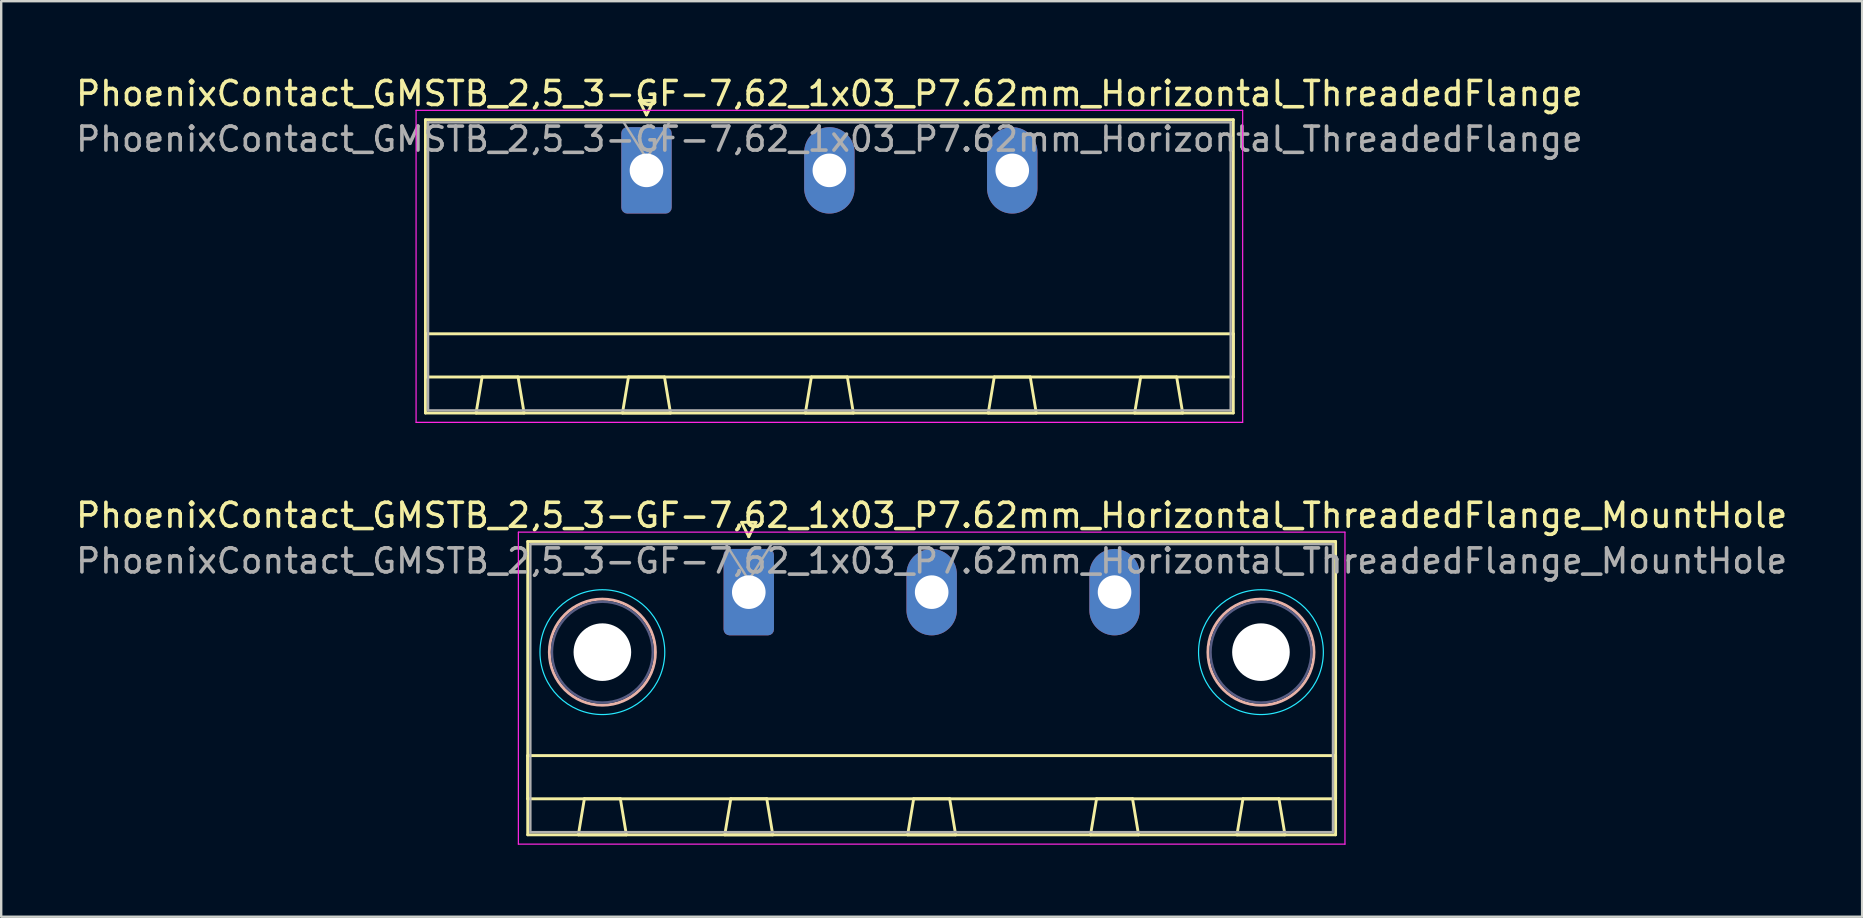
<source format=kicad_pcb>
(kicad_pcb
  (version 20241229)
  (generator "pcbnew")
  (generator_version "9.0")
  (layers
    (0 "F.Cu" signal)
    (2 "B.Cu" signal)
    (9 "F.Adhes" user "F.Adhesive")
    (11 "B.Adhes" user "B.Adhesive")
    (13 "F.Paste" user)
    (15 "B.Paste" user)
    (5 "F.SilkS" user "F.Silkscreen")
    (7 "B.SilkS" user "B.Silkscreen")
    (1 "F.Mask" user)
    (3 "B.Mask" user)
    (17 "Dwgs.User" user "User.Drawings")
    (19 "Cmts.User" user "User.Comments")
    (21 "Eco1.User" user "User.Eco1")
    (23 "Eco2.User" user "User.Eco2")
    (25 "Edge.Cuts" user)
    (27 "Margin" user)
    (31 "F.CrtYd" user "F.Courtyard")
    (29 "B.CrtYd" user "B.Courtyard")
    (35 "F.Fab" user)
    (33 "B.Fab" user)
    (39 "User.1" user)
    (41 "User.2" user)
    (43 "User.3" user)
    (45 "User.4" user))
  (footprint "PhoenixContact_GMSTB_2,5_3-GF-7,62_1x03_P7.62mm_Horizontal_ThreadedFlange"
    (layer "F.Cu")
    (at 23.886 4.048)
    (property "Reference" "PhoenixContact_GMSTB_2,5_3-GF-7,62_1x03_P7.62mm_Horizontal_ThreadedFlange" (at 7.62 -3.2 0) (layer "F.SilkS") (effects (font (size 1 1) (thickness 0.15))))
    (attr through_hole)
    (fp_line (start -9.21 -2.11) (end -9.21 10.11) (stroke (width 0.12) (type solid)) (layer "F.SilkS"))
    (fp_line (start -9.21 6.81) (end 24.45 6.81) (stroke (width 0.12) (type solid)) (layer "F.SilkS"))
    (fp_line (start -9.21 8.61) (end -9.21 6.81) (stroke (width 0.12) (type solid)) (layer "F.SilkS"))
    (fp_line (start -9.21 10.11) (end 24.45 10.11) (stroke (width 0.12) (type solid)) (layer "F.SilkS"))
    (fp_line (start -7.1 10.11) (end -5.1 10.11) (stroke (width 0.12) (type solid)) (layer "F.SilkS"))
    (fp_line (start -6.85 8.61) (end -7.1 10.11) (stroke (width 0.12) (type solid)) (layer "F.SilkS"))
    (fp_line (start -5.35 8.61) (end -6.85 8.61) (stroke (width 0.12) (type solid)) (layer "F.SilkS"))
    (fp_line (start -5.1 10.11) (end -5.35 8.61) (stroke (width 0.12) (type solid)) (layer "F.SilkS"))
    (fp_line (start -1 10.11) (end 1 10.11) (stroke (width 0.12) (type solid)) (layer "F.SilkS"))
    (fp_line (start -0.75 8.61) (end -1 10.11) (stroke (width 0.12) (type solid)) (layer "F.SilkS"))
    (fp_line (start -0.3 -2.91) (end 0.3 -2.91) (stroke (width 0.12) (type solid)) (layer "F.SilkS"))
    (fp_line (start 0 -2.31) (end -0.3 -2.91) (stroke (width 0.12) (type solid)) (layer "F.SilkS"))
    (fp_line (start 0.3 -2.91) (end 0 -2.31) (stroke (width 0.12) (type solid)) (layer "F.SilkS"))
    (fp_line (start 0.75 8.61) (end -0.75 8.61) (stroke (width 0.12) (type solid)) (layer "F.SilkS"))
    (fp_line (start 1 10.11) (end 0.75 8.61) (stroke (width 0.12) (type solid)) (layer "F.SilkS"))
    (fp_line (start 6.62 10.11) (end 8.62 10.11) (stroke (width 0.12) (type solid)) (layer "F.SilkS"))
    (fp_line (start 6.87 8.61) (end 6.62 10.11) (stroke (width 0.12) (type solid)) (layer "F.SilkS"))
    (fp_line (start 8.37 8.61) (end 6.87 8.61) (stroke (width 0.12) (type solid)) (layer "F.SilkS"))
    (fp_line (start 8.62 10.11) (end 8.37 8.61) (stroke (width 0.12) (type solid)) (layer "F.SilkS"))
    (fp_line (start 14.24 10.11) (end 16.24 10.11) (stroke (width 0.12) (type solid)) (layer "F.SilkS"))
    (fp_line (start 14.49 8.61) (end 14.24 10.11) (stroke (width 0.12) (type solid)) (layer "F.SilkS"))
    (fp_line (start 15.99 8.61) (end 14.49 8.61) (stroke (width 0.12) (type solid)) (layer "F.SilkS"))
    (fp_line (start 16.24 10.11) (end 15.99 8.61) (stroke (width 0.12) (type solid)) (layer "F.SilkS"))
    (fp_line (start 20.34 10.11) (end 22.34 10.11) (stroke (width 0.12) (type solid)) (layer "F.SilkS"))
    (fp_line (start 20.59 8.61) (end 20.34 10.11) (stroke (width 0.12) (type solid)) (layer "F.SilkS"))
    (fp_line (start 22.09 8.61) (end 20.59 8.61) (stroke (width 0.12) (type solid)) (layer "F.SilkS"))
    (fp_line (start 22.34 10.11) (end 22.09 8.61) (stroke (width 0.12) (type solid)) (layer "F.SilkS"))
    (fp_line (start 24.45 -2.11) (end -9.21 -2.11) (stroke (width 0.12) (type solid)) (layer "F.SilkS"))
    (fp_line (start 24.45 6.81) (end 24.45 8.61) (stroke (width 0.12) (type solid)) (layer "F.SilkS"))
    (fp_line (start 24.45 8.61) (end -9.21 8.61) (stroke (width 0.12) (type solid)) (layer "F.SilkS"))
    (fp_line (start 24.45 10.11) (end 24.45 -2.11) (stroke (width 0.12) (type solid)) (layer "F.SilkS"))
    (fp_line (start -9.6 -2.5) (end -9.6 10.5) (stroke (width 0.05) (type solid)) (layer "F.CrtYd"))
    (fp_line (start -9.6 10.5) (end 24.84 10.5) (stroke (width 0.05) (type solid)) (layer "F.CrtYd"))
    (fp_line (start 24.84 -2.5) (end -9.6 -2.5) (stroke (width 0.05) (type solid)) (layer "F.CrtYd"))
    (fp_line (start 24.84 10.5) (end 24.84 -2.5) (stroke (width 0.05) (type solid)) (layer "F.CrtYd"))
    (fp_line (start -9.1 -2) (end -9.1 10) (stroke (width 0.1) (type solid)) (layer "F.Fab"))
    (fp_line (start -9.1 10) (end 24.34 10) (stroke (width 0.1) (type solid)) (layer "F.Fab"))
    (fp_line (start 0 -0.5) (end -0.95 -2) (stroke (width 0.1) (type solid)) (layer "F.Fab"))
    (fp_line (start 0.95 -2) (end 0 -0.5) (stroke (width 0.1) (type solid)) (layer "F.Fab"))
    (fp_line (start 24.34 -2) (end -9.1 -2) (stroke (width 0.1) (type solid)) (layer "F.Fab"))
    (fp_line (start 24.34 10) (end 24.34 -2) (stroke (width 0.1) (type solid)) (layer "F.Fab"))
    (fp_text user "${REFERENCE}" (at 7.62 -1.3 0) (layer "F.Fab") (effects (font (size 1 1) (thickness 0.15))))
    (pad "1" thru_hole roundrect (at 0 0) (size 2.1 3.6) (drill 1.4) (layers "*.Cu" "*.Mask") (roundrect_rratio 0.119))
    (pad "2" thru_hole oval (at 7.62 0) (size 2.1 3.6) (drill 1.4) (layers "*.Cu" "*.Mask"))
    (pad "3" thru_hole oval (at 15.24 0) (size 2.1 3.6) (drill 1.4) (layers "*.Cu" "*.Mask")))
  (footprint "PhoenixContact_GMSTB_2,5_3-GF-7,62_1x03_P7.62mm_Horizontal_ThreadedFlange_MountHole"
    (layer "F.Cu")
    (at 28.148 21.622)
    (property "Reference" "PhoenixContact_GMSTB_2,5_3-GF-7,62_1x03_P7.62mm_Horizontal_ThreadedFlange_MountHole" (at 7.62 -3.2 0) (layer "F.SilkS") (effects (font (size 1 1) (thickness 0.15))))
    (attr through_hole)
    (fp_line (start -9.21 -2.11) (end -9.21 10.11) (stroke (width 0.12) (type solid)) (layer "F.SilkS"))
    (fp_line (start -9.21 6.81) (end 24.45 6.81) (stroke (width 0.12) (type solid)) (layer "F.SilkS"))
    (fp_line (start -9.21 8.61) (end -9.21 6.81) (stroke (width 0.12) (type solid)) (layer "F.SilkS"))
    (fp_line (start -9.21 10.11) (end 24.45 10.11) (stroke (width 0.12) (type solid)) (layer "F.SilkS"))
    (fp_line (start -7.1 10.11) (end -5.1 10.11) (stroke (width 0.12) (type solid)) (layer "F.SilkS"))
    (fp_line (start -6.85 8.61) (end -7.1 10.11) (stroke (width 0.12) (type solid)) (layer "F.SilkS"))
    (fp_line (start -5.35 8.61) (end -6.85 8.61) (stroke (width 0.12) (type solid)) (layer "F.SilkS"))
    (fp_line (start -5.1 10.11) (end -5.35 8.61) (stroke (width 0.12) (type solid)) (layer "F.SilkS"))
    (fp_line (start -1 10.11) (end 1 10.11) (stroke (width 0.12) (type solid)) (layer "F.SilkS"))
    (fp_line (start -0.75 8.61) (end -1 10.11) (stroke (width 0.12) (type solid)) (layer "F.SilkS"))
    (fp_line (start -0.3 -2.91) (end 0.3 -2.91) (stroke (width 0.12) (type solid)) (layer "F.SilkS"))
    (fp_line (start 0 -2.31) (end -0.3 -2.91) (stroke (width 0.12) (type solid)) (layer "F.SilkS"))
    (fp_line (start 0.3 -2.91) (end 0 -2.31) (stroke (width 0.12) (type solid)) (layer "F.SilkS"))
    (fp_line (start 0.75 8.61) (end -0.75 8.61) (stroke (width 0.12) (type solid)) (layer "F.SilkS"))
    (fp_line (start 1 10.11) (end 0.75 8.61) (stroke (width 0.12) (type solid)) (layer "F.SilkS"))
    (fp_line (start 6.62 10.11) (end 8.62 10.11) (stroke (width 0.12) (type solid)) (layer "F.SilkS"))
    (fp_line (start 6.87 8.61) (end 6.62 10.11) (stroke (width 0.12) (type solid)) (layer "F.SilkS"))
    (fp_line (start 8.37 8.61) (end 6.87 8.61) (stroke (width 0.12) (type solid)) (layer "F.SilkS"))
    (fp_line (start 8.62 10.11) (end 8.37 8.61) (stroke (width 0.12) (type solid)) (layer "F.SilkS"))
    (fp_line (start 14.24 10.11) (end 16.24 10.11) (stroke (width 0.12) (type solid)) (layer "F.SilkS"))
    (fp_line (start 14.49 8.61) (end 14.24 10.11) (stroke (width 0.12) (type solid)) (layer "F.SilkS"))
    (fp_line (start 15.99 8.61) (end 14.49 8.61) (stroke (width 0.12) (type solid)) (layer "F.SilkS"))
    (fp_line (start 16.24 10.11) (end 15.99 8.61) (stroke (width 0.12) (type solid)) (layer "F.SilkS"))
    (fp_line (start 20.34 10.11) (end 22.34 10.11) (stroke (width 0.12) (type solid)) (layer "F.SilkS"))
    (fp_line (start 20.59 8.61) (end 20.34 10.11) (stroke (width 0.12) (type solid)) (layer "F.SilkS"))
    (fp_line (start 22.09 8.61) (end 20.59 8.61) (stroke (width 0.12) (type solid)) (layer "F.SilkS"))
    (fp_line (start 22.34 10.11) (end 22.09 8.61) (stroke (width 0.12) (type solid)) (layer "F.SilkS"))
    (fp_line (start 24.45 -2.11) (end -9.21 -2.11) (stroke (width 0.12) (type solid)) (layer "F.SilkS"))
    (fp_line (start 24.45 6.81) (end 24.45 8.61) (stroke (width 0.12) (type solid)) (layer "F.SilkS"))
    (fp_line (start 24.45 8.61) (end -9.21 8.61) (stroke (width 0.12) (type solid)) (layer "F.SilkS"))
    (fp_line (start 24.45 10.11) (end 24.45 -2.11) (stroke (width 0.12) (type solid)) (layer "F.SilkS"))
    (fp_circle (center -6.1 2.5) (end -3.89 2.5) (stroke (width 0.12) (type solid)) (fill no) (layer "B.SilkS"))
    (fp_circle (center 21.34 2.5) (end 23.55 2.5) (stroke (width 0.12) (type solid)) (fill no) (layer "B.SilkS"))
    (fp_circle (center -6.1 2.5) (end -3.5 2.5) (stroke (width 0.05) (type solid)) (fill no) (layer "B.CrtYd"))
    (fp_circle (center 21.34 2.5) (end 23.94 2.5) (stroke (width 0.05) (type solid)) (fill no) (layer "B.CrtYd"))
    (fp_line (start -9.6 -2.5) (end -9.6 10.5) (stroke (width 0.05) (type solid)) (layer "F.CrtYd"))
    (fp_line (start -9.6 10.5) (end 24.84 10.5) (stroke (width 0.05) (type solid)) (layer "F.CrtYd"))
    (fp_line (start 24.84 -2.5) (end -9.6 -2.5) (stroke (width 0.05) (type solid)) (layer "F.CrtYd"))
    (fp_line (start 24.84 10.5) (end 24.84 -2.5) (stroke (width 0.05) (type solid)) (layer "F.CrtYd"))
    (fp_circle (center -6.1 2.5) (end -4 2.5) (stroke (width 0.1) (type solid)) (fill no) (layer "B.Fab"))
    (fp_circle (center 21.34 2.5) (end 23.44 2.5) (stroke (width 0.1) (type solid)) (fill no) (layer "B.Fab"))
    (fp_line (start -9.1 -2) (end -9.1 10) (stroke (width 0.1) (type solid)) (layer "F.Fab"))
    (fp_line (start -9.1 10) (end 24.34 10) (stroke (width 0.1) (type solid)) (layer "F.Fab"))
    (fp_line (start 0 -0.5) (end -0.95 -2) (stroke (width 0.1) (type solid)) (layer "F.Fab"))
    (fp_line (start 0.95 -2) (end 0 -0.5) (stroke (width 0.1) (type solid)) (layer "F.Fab"))
    (fp_line (start 24.34 -2) (end -9.1 -2) (stroke (width 0.1) (type solid)) (layer "F.Fab"))
    (fp_line (start 24.34 10) (end 24.34 -2) (stroke (width 0.1) (type solid)) (layer "F.Fab"))
    (fp_text user "${REFERENCE}" (at 7.62 -1.3 0) (layer "F.Fab") (effects (font (size 1 1) (thickness 0.15))))
    (pad "" np_thru_hole circle (at -6.1 2.5) (size 2.4 2.4) (drill 2.4) (layers "*.Cu" "*.Mask"))
    (pad "" np_thru_hole circle (at 21.34 2.5) (size 2.4 2.4) (drill 2.4) (layers "*.Cu" "*.Mask"))
    (pad "1" thru_hole roundrect (at 0 0) (size 2.1 3.6) (drill 1.4) (layers "*.Cu" "*.Mask") (roundrect_rratio 0.119))
    (pad "2" thru_hole oval (at 7.62 0) (size 2.1 3.6) (drill 1.4) (layers "*.Cu" "*.Mask"))
    (pad "3" thru_hole oval (at 15.24 0) (size 2.1 3.6) (drill 1.4) (layers "*.Cu" "*.Mask")))
  (gr_rect
    (start -3 -3)
    (end 74.536 35.147)
    (stroke (width 0.1) (type default))
    (fill no)
    (layer "Edge.Cuts")))
</source>
